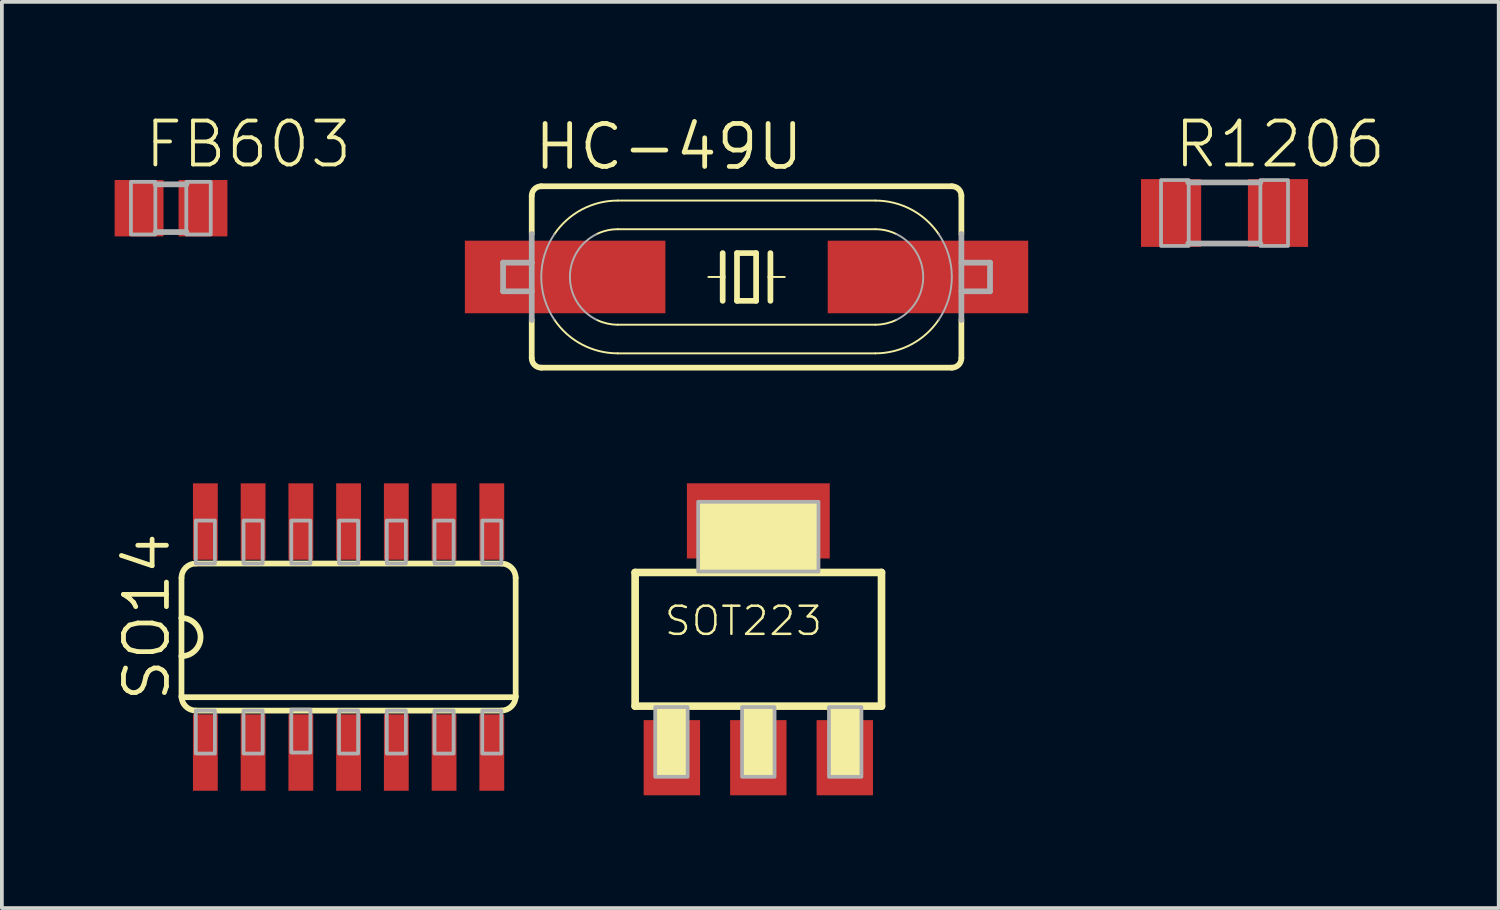
<source format=kicad_pcb>
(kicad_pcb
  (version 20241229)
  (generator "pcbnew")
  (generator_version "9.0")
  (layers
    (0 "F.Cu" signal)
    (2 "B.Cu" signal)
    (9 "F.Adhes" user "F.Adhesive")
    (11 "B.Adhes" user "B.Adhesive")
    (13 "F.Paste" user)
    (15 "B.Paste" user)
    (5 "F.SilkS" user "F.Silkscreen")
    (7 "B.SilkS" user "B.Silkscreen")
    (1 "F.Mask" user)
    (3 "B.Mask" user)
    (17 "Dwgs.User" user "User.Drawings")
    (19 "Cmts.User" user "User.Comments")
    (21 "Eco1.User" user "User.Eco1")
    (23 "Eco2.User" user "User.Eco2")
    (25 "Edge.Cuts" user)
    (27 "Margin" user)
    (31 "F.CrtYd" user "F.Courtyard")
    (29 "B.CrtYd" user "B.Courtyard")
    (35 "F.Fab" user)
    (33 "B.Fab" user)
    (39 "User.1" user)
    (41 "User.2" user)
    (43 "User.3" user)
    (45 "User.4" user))
  (footprint "FB603"
    (layer "F.Cu")
    (at 1.5 2.489)
    (property "Reference" "FB603" (at -0.762 -1.016 0) (layer "F.SilkS") (effects (font (size 1.168 1.168) (thickness 0.102)) (justify left bottom)))
    (fp_line (start -0.41 -0.635) (end 0.41 -0.635) (stroke (width 0.152) (type solid)) (layer "F.Fab"))
    (fp_line (start -0.41 0.635) (end 0.41 0.635) (stroke (width 0.152) (type solid)) (layer "F.Fab"))
    (fp_poly (pts (xy -1.067 0.699) (xy -0.417 0.699) (xy -0.417 -0.702) (xy -1.067 -0.702)) (stroke (width 0.1) (type default)) (fill no) (layer "F.Fab"))
    (fp_poly (pts (xy 0.406 0.699) (xy 1.056 0.699) (xy 1.056 -0.702) (xy 0.406 -0.702)) (stroke (width 0.1) (type default)) (fill no) (layer "F.Fab"))
    (pad "1" smd rect (at -0.85 0) (size 1.3 1.5) (layers "F.Cu" "F.Mask" "F.Paste"))
    (pad "2" smd rect (at 0.85 0) (size 1.3 1.5) (layers "F.Cu" "F.Mask" "F.Paste")))
  (footprint "SO14"
    (layer "F.Cu")
    (at 6.223 13.897)
    (property "Reference" "SO14" (at -4.699 1.778 90) (layer "F.SilkS") (effects (font (size 1.143 1.143) (thickness 0.127)) (justify left bottom)))
    (fp_line (start -4.445 -1.575) (end -4.445 -0.508) (stroke (width 0.152) (type solid)) (layer "F.SilkS"))
    (fp_line (start -4.445 -0.508) (end -4.445 0.508) (stroke (width 0.152) (type solid)) (layer "F.SilkS"))
    (fp_line (start -4.445 0.508) (end -4.445 1.575) (stroke (width 0.152) (type solid)) (layer "F.SilkS"))
    (fp_line (start -4.445 1.6) (end 4.445 1.6) (stroke (width 0.152) (type solid)) (layer "F.SilkS"))
    (fp_line (start -4.064 1.956) (end 4.064 1.956) (stroke (width 0.152) (type solid)) (layer "F.SilkS"))
    (fp_line (start 4.064 -1.956) (end -4.064 -1.956) (stroke (width 0.152) (type solid)) (layer "F.SilkS"))
    (fp_line (start 4.445 1.575) (end 4.445 -1.575) (stroke (width 0.152) (type solid)) (layer "F.SilkS"))
    (fp_arc (start -4.445 -1.5748) (mid -4.333408 -1.844208) (end -4.064 -1.9558) (stroke (width 0.1524) (type solid)) (layer "F.SilkS"))
    (fp_arc (start -4.445 -0.508) (mid -3.937 0) (end -4.445 0.508) (stroke (width 0.1524) (type solid)) (layer "F.SilkS"))
    (fp_arc (start -4.064 1.9558) (mid -4.333408 1.844208) (end -4.445 1.5748) (stroke (width 0.1524) (type solid)) (layer "F.SilkS"))
    (fp_arc (start 4.064 -1.9558) (mid 4.333408 -1.844208) (end 4.445 -1.5748) (stroke (width 0.1524) (type solid)) (layer "F.SilkS"))
    (fp_arc (start 4.445 1.5748) (mid 4.333408 1.844208) (end 4.064 1.9558) (stroke (width 0.1524) (type solid)) (layer "F.SilkS"))
    (fp_poly (pts (xy -4.064 -1.956) (xy -3.556 -1.956) (xy -3.556 -3.099) (xy -4.064 -3.099)) (stroke (width 0.1) (type default)) (fill no) (layer "F.Fab"))
    (fp_poly (pts (xy -4.064 3.099) (xy -3.556 3.099) (xy -3.556 1.956) (xy -4.064 1.956)) (stroke (width 0.1) (type default)) (fill no) (layer "F.Fab"))
    (fp_poly (pts (xy -2.794 -1.956) (xy -2.286 -1.956) (xy -2.286 -3.099) (xy -2.794 -3.099)) (stroke (width 0.1) (type default)) (fill no) (layer "F.Fab"))
    (fp_poly (pts (xy -2.794 3.099) (xy -2.286 3.099) (xy -2.286 1.956) (xy -2.794 1.956)) (stroke (width 0.1) (type default)) (fill no) (layer "F.Fab"))
    (fp_poly (pts (xy -1.524 -1.956) (xy -1.016 -1.956) (xy -1.016 -3.099) (xy -1.524 -3.099)) (stroke (width 0.1) (type default)) (fill no) (layer "F.Fab"))
    (fp_poly (pts (xy -1.524 3.073) (xy -1.016 3.073) (xy -1.016 1.93) (xy -1.524 1.93)) (stroke (width 0.1) (type default)) (fill no) (layer "F.Fab"))
    (fp_poly (pts (xy -0.254 -1.956) (xy 0.254 -1.956) (xy 0.254 -3.099) (xy -0.254 -3.099)) (stroke (width 0.1) (type default)) (fill no) (layer "F.Fab"))
    (fp_poly (pts (xy -0.254 3.099) (xy 0.254 3.099) (xy 0.254 1.956) (xy -0.254 1.956)) (stroke (width 0.1) (type default)) (fill no) (layer "F.Fab"))
    (fp_poly (pts (xy 1.016 -1.956) (xy 1.524 -1.956) (xy 1.524 -3.099) (xy 1.016 -3.099)) (stroke (width 0.1) (type default)) (fill no) (layer "F.Fab"))
    (fp_poly (pts (xy 1.016 3.099) (xy 1.524 3.099) (xy 1.524 1.956) (xy 1.016 1.956)) (stroke (width 0.1) (type default)) (fill no) (layer "F.Fab"))
    (fp_poly (pts (xy 2.286 -1.956) (xy 2.794 -1.956) (xy 2.794 -3.099) (xy 2.286 -3.099)) (stroke (width 0.1) (type default)) (fill no) (layer "F.Fab"))
    (fp_poly (pts (xy 2.286 3.099) (xy 2.794 3.099) (xy 2.794 1.956) (xy 2.286 1.956)) (stroke (width 0.1) (type default)) (fill no) (layer "F.Fab"))
    (fp_poly (pts (xy 3.556 -1.956) (xy 4.064 -1.956) (xy 4.064 -3.099) (xy 3.556 -3.099)) (stroke (width 0.1) (type default)) (fill no) (layer "F.Fab"))
    (fp_poly (pts (xy 3.556 3.099) (xy 4.064 3.099) (xy 4.064 1.956) (xy 3.556 1.956)) (stroke (width 0.1) (type default)) (fill no) (layer "F.Fab"))
    (pad "1" smd rect (at -3.81 3.073) (size 0.66 2.032) (layers "F.Cu" "F.Mask" "F.Paste"))
    (pad "2" smd rect (at -2.54 3.073) (size 0.66 2.032) (layers "F.Cu" "F.Mask" "F.Paste"))
    (pad "3" smd rect (at -1.27 3.073) (size 0.66 2.032) (layers "F.Cu" "F.Mask" "F.Paste"))
    (pad "4" smd rect (at 0 3.073) (size 0.66 2.032) (layers "F.Cu" "F.Mask" "F.Paste"))
    (pad "5" smd rect (at 1.27 3.073) (size 0.66 2.032) (layers "F.Cu" "F.Mask" "F.Paste"))
    (pad "6" smd rect (at 2.54 3.073) (size 0.66 2.032) (layers "F.Cu" "F.Mask" "F.Paste"))
    (pad "7" smd rect (at 3.81 3.073) (size 0.66 2.032) (layers "F.Cu" "F.Mask" "F.Paste"))
    (pad "8" smd rect (at 3.81 -3.073) (size 0.66 2.032) (layers "F.Cu" "F.Mask" "F.Paste"))
    (pad "9" smd rect (at 2.54 -3.073) (size 0.66 2.032) (layers "F.Cu" "F.Mask" "F.Paste"))
    (pad "10" smd rect (at 1.27 -3.073) (size 0.66 2.032) (layers "F.Cu" "F.Mask" "F.Paste"))
    (pad "11" smd rect (at 0 -3.073) (size 0.66 2.032) (layers "F.Cu" "F.Mask" "F.Paste"))
    (pad "12" smd rect (at -1.27 -3.073) (size 0.66 2.032) (layers "F.Cu" "F.Mask" "F.Paste"))
    (pad "13" smd rect (at -2.54 -3.073) (size 0.66 2.032) (layers "F.Cu" "F.Mask" "F.Paste"))
    (pad "14" smd rect (at -3.81 -3.073) (size 0.66 2.032) (layers "F.Cu" "F.Mask" "F.Paste")))
  (footprint "SOT223"
    (layer "F.Cu")
    (at 17.123 13.957)
    (property "Reference" "SOT223" (at -2.54 -0.051 0) (layer "F.SilkS") (effects (font (size 0.748 0.748) (thickness 0.065)) (justify left bottom)))
    (fp_line (start -3.277 -1.778) (end 3.277 -1.778) (stroke (width 0.203) (type solid)) (layer "F.SilkS"))
    (fp_line (start -3.277 1.778) (end -3.277 -1.778) (stroke (width 0.203) (type solid)) (layer "F.SilkS"))
    (fp_line (start 3.277 -1.778) (end 3.277 1.778) (stroke (width 0.203) (type solid)) (layer "F.SilkS"))
    (fp_line (start 3.277 1.778) (end -3.277 1.778) (stroke (width 0.203) (type solid)) (layer "F.SilkS"))
    (fp_poly (pts (xy -2.743 1.803) (xy -2.743 3.658) (xy -1.88 3.658) (xy -1.88 1.803)) (stroke (width 0) (type default)) (fill yes) (layer "F.SilkS"))
    (fp_poly (pts (xy -1.6 -3.658) (xy -1.6 -1.803) (xy 1.6 -1.803) (xy 1.6 -3.658)) (stroke (width 0) (type default)) (fill yes) (layer "F.SilkS"))
    (fp_poly (pts (xy -0.432 1.803) (xy -0.432 3.658) (xy 0.432 3.658) (xy 0.432 1.803)) (stroke (width 0) (type default)) (fill yes) (layer "F.SilkS"))
    (fp_poly (pts (xy 1.88 1.803) (xy 1.88 3.658) (xy 2.743 3.658) (xy 2.743 1.803)) (stroke (width 0) (type default)) (fill yes) (layer "F.SilkS"))
    (fp_poly (pts (xy -2.743 1.803) (xy -2.743 3.658) (xy -1.88 3.658) (xy -1.88 1.803)) (stroke (width 0.1) (type default)) (fill no) (layer "F.Fab"))
    (fp_poly (pts (xy -1.6 -3.658) (xy -1.6 -1.803) (xy 1.6 -1.803) (xy 1.6 -3.658)) (stroke (width 0.1) (type default)) (fill no) (layer "F.Fab"))
    (fp_poly (pts (xy -0.432 1.803) (xy -0.432 3.658) (xy 0.432 3.658) (xy 0.432 1.803)) (stroke (width 0.1) (type default)) (fill no) (layer "F.Fab"))
    (fp_poly (pts (xy 1.88 1.803) (xy 1.88 3.658) (xy 2.743 3.658) (xy 2.743 1.803)) (stroke (width 0.1) (type default)) (fill no) (layer "F.Fab"))
    (pad "1" smd rect (at -2.3 3.15) (size 1.5 2) (layers "F.Cu" "F.Mask" "F.Paste"))
    (pad "2" smd rect (at 0 3.15) (size 1.5 2) (layers "F.Cu" "F.Mask" "F.Paste"))
    (pad "3" smd rect (at 2.3 3.15) (size 1.5 2) (layers "F.Cu" "F.Mask" "F.Paste"))
    (pad "4" smd rect (at 0 -3.15) (size 3.8 2) (layers "F.Cu" "F.Mask" "F.Paste")))
  (footprint "HC-49U"
    (layer "F.Cu")
    (at 16.81 4.318)
    (property "Reference" "HC-49U" (at -5.715 -2.794 0) (layer "F.SilkS") (effects (font (size 1.143 1.143) (thickness 0.127)) (justify left bottom)))
    (fp_line (start -5.715 -1.143) (end -5.715 -2.159) (stroke (width 0.152) (type solid)) (layer "F.SilkS"))
    (fp_line (start -5.715 2.159) (end -5.715 1.143) (stroke (width 0.152) (type solid)) (layer "F.SilkS"))
    (fp_line (start -3.429 -2.032) (end 3.429 -2.032) (stroke (width 0.051) (type solid)) (layer "F.SilkS"))
    (fp_line (start -3.429 -1.27) (end 3.429 -1.27) (stroke (width 0.051) (type solid)) (layer "F.SilkS"))
    (fp_line (start -0.635 -0.635) (end -0.635 0) (stroke (width 0.152) (type solid)) (layer "F.SilkS"))
    (fp_line (start -0.635 0) (end -1.016 0) (stroke (width 0.051) (type solid)) (layer "F.SilkS"))
    (fp_line (start -0.635 0) (end -0.635 0.635) (stroke (width 0.152) (type solid)) (layer "F.SilkS"))
    (fp_line (start -0.254 -0.635) (end -0.254 0.635) (stroke (width 0.152) (type solid)) (layer "F.SilkS"))
    (fp_line (start -0.254 0.635) (end 0.254 0.635) (stroke (width 0.152) (type solid)) (layer "F.SilkS"))
    (fp_line (start 0.254 -0.635) (end -0.254 -0.635) (stroke (width 0.152) (type solid)) (layer "F.SilkS"))
    (fp_line (start 0.254 0.635) (end 0.254 -0.635) (stroke (width 0.152) (type solid)) (layer "F.SilkS"))
    (fp_line (start 0.635 -0.635) (end 0.635 0) (stroke (width 0.152) (type solid)) (layer "F.SilkS"))
    (fp_line (start 0.635 0) (end 0.635 0.635) (stroke (width 0.152) (type solid)) (layer "F.SilkS"))
    (fp_line (start 0.635 0) (end 1.016 0) (stroke (width 0.051) (type solid)) (layer "F.SilkS"))
    (fp_line (start 3.429 1.27) (end -3.429 1.27) (stroke (width 0.051) (type solid)) (layer "F.SilkS"))
    (fp_line (start 3.429 2.032) (end -3.429 2.032) (stroke (width 0.051) (type solid)) (layer "F.SilkS"))
    (fp_line (start 5.461 -2.413) (end -5.461 -2.413) (stroke (width 0.152) (type solid)) (layer "F.SilkS"))
    (fp_line (start 5.461 2.413) (end -5.461 2.413) (stroke (width 0.152) (type solid)) (layer "F.SilkS"))
    (fp_line (start 5.715 -1.143) (end 5.715 -2.159) (stroke (width 0.152) (type solid)) (layer "F.SilkS"))
    (fp_line (start 5.715 2.159) (end 5.715 1.143) (stroke (width 0.152) (type solid)) (layer "F.SilkS"))
    (fp_arc (start -5.715 -2.159) (mid -5.640605 -2.338605) (end -5.461 -2.413) (stroke (width 0.1524) (type solid)) (layer "F.SilkS"))
    (fp_arc (start -5.461 2.413) (mid -5.640605 2.338605) (end -5.715 2.159) (stroke (width 0.1524) (type solid)) (layer "F.SilkS"))
    (fp_arc (start -5.1091 -1.143) (mid -4.379417 -1.796107) (end -3.429 -2.032101) (stroke (width 0.0508) (type solid)) (layer "F.SilkS"))
    (fp_arc (start -3.9826 -1.143) (mid -3.712991 -1.237845) (end -3.429 -1.27) (stroke (width 0.0508) (type solid)) (layer "F.SilkS"))
    (fp_arc (start -3.429 1.27) (mid -3.712991 1.237845) (end -3.9826 1.143) (stroke (width 0.0508) (type solid)) (layer "F.SilkS"))
    (fp_arc (start -3.429 2.032001) (mid -4.379408 1.796063) (end -5.1091 1.143) (stroke (width 0.0508) (type solid)) (layer "F.SilkS"))
    (fp_arc (start 3.429 -2.032) (mid 4.379408 -1.796062) (end 5.1091 -1.142999) (stroke (width 0.0508) (type solid)) (layer "F.SilkS"))
    (fp_arc (start 3.429 -1.27) (mid 3.712991 -1.237845) (end 3.9826 -1.143) (stroke (width 0.0508) (type solid)) (layer "F.SilkS"))
    (fp_arc (start 3.9826 1.143) (mid 3.712991 1.237845) (end 3.429 1.27) (stroke (width 0.0508) (type solid)) (layer "F.SilkS"))
    (fp_arc (start 5.109 1.142899) (mid 4.379368 1.795994) (end 3.429 2.032) (stroke (width 0.0508) (type solid)) (layer "F.SilkS"))
    (fp_arc (start 5.461 -2.413) (mid 5.640605 -2.338605) (end 5.715 -2.159) (stroke (width 0.1524) (type solid)) (layer "F.SilkS"))
    (fp_arc (start 5.715 2.159) (mid 5.640605 2.338605) (end 5.461 2.413) (stroke (width 0.1524) (type solid)) (layer "F.SilkS"))
    (fp_line (start -6.477 0.381) (end -6.477 -0.381) (stroke (width 0.152) (type solid)) (layer "F.Fab"))
    (fp_line (start -5.715 -0.381) (end -6.477 -0.381) (stroke (width 0.152) (type solid)) (layer "F.Fab"))
    (fp_line (start -5.715 -0.381) (end -5.715 -1.143) (stroke (width 0.152) (type solid)) (layer "F.Fab"))
    (fp_line (start -5.715 0.381) (end -6.477 0.381) (stroke (width 0.152) (type solid)) (layer "F.Fab"))
    (fp_line (start -5.715 0.381) (end -5.715 -0.381) (stroke (width 0.152) (type solid)) (layer "F.Fab"))
    (fp_line (start -5.715 1.143) (end -5.715 0.381) (stroke (width 0.152) (type solid)) (layer "F.Fab"))
    (fp_line (start 5.715 -0.381) (end 6.477 -0.381) (stroke (width 0.152) (type solid)) (layer "F.Fab"))
    (fp_line (start 5.715 0.381) (end 6.477 0.381) (stroke (width 0.152) (type solid)) (layer "F.Fab"))
    (fp_line (start 5.715 1.143) (end 5.715 -1.143) (stroke (width 0.152) (type solid)) (layer "F.Fab"))
    (fp_line (start 6.477 0.381) (end 6.477 -0.381) (stroke (width 0.152) (type solid)) (layer "F.Fab"))
    (fp_arc (start -5.1091 1.143) (mid -5.46104 0) (end -5.1091 -1.143) (stroke (width 0.0508) (type solid)) (layer "F.Fab"))
    (fp_arc (start -3.9826 1.143) (mid -4.699009 0) (end -3.9826 -1.143) (stroke (width 0.0508) (type solid)) (layer "F.Fab"))
    (fp_arc (start 3.9826 -1.143) (mid 4.699009 0) (end 3.9826 1.143) (stroke (width 0.0508) (type solid)) (layer "F.Fab"))
    (fp_arc (start 5.1091 -1.143) (mid 5.46104 0) (end 5.1091 1.143) (stroke (width 0.0508) (type solid)) (layer "F.Fab"))
    (pad "1" smd rect (at -4.826 0) (size 5.334 1.93) (layers "F.Cu" "F.Mask" "F.Paste"))
    (pad "2" smd rect (at 4.826 0) (size 5.334 1.93) (layers "F.Cu" "F.Mask" "F.Paste")))
  (footprint "R1206"
    (layer "F.Cu")
    (at 29.525 2.616)
    (property "Reference" "R1206" (at -1.397 -1.143 0) (layer "F.SilkS") (effects (font (size 1.168 1.168) (thickness 0.102)) (justify left bottom)))
    (fp_line (start 0.953 -0.813) (end -0.965 -0.813) (stroke (width 0.152) (type solid)) (layer "F.Fab"))
    (fp_line (start 0.953 0.813) (end -0.965 0.813) (stroke (width 0.152) (type solid)) (layer "F.Fab"))
    (fp_poly (pts (xy -1.689 0.876) (xy -0.953 0.876) (xy -0.953 -0.876) (xy -1.689 -0.876)) (stroke (width 0.1) (type default)) (fill no) (layer "F.Fab"))
    (fp_poly (pts (xy 0.953 0.876) (xy 1.689 0.876) (xy 1.689 -0.876) (xy 0.953 -0.876)) (stroke (width 0.1) (type default)) (fill no) (layer "F.Fab"))
    (pad "1" smd rect (at -1.422 0) (size 1.6 1.803) (layers "F.Cu" "F.Mask" "F.Paste"))
    (pad "2" smd rect (at 1.422 0) (size 1.6 1.803) (layers "F.Cu" "F.Mask" "F.Paste")))
  (gr_rect
    (start -3 -3)
    (end 36.819 21.107)
    (stroke (width 0.1) (type default))
    (fill no)
    (layer "Edge.Cuts")))
</source>
